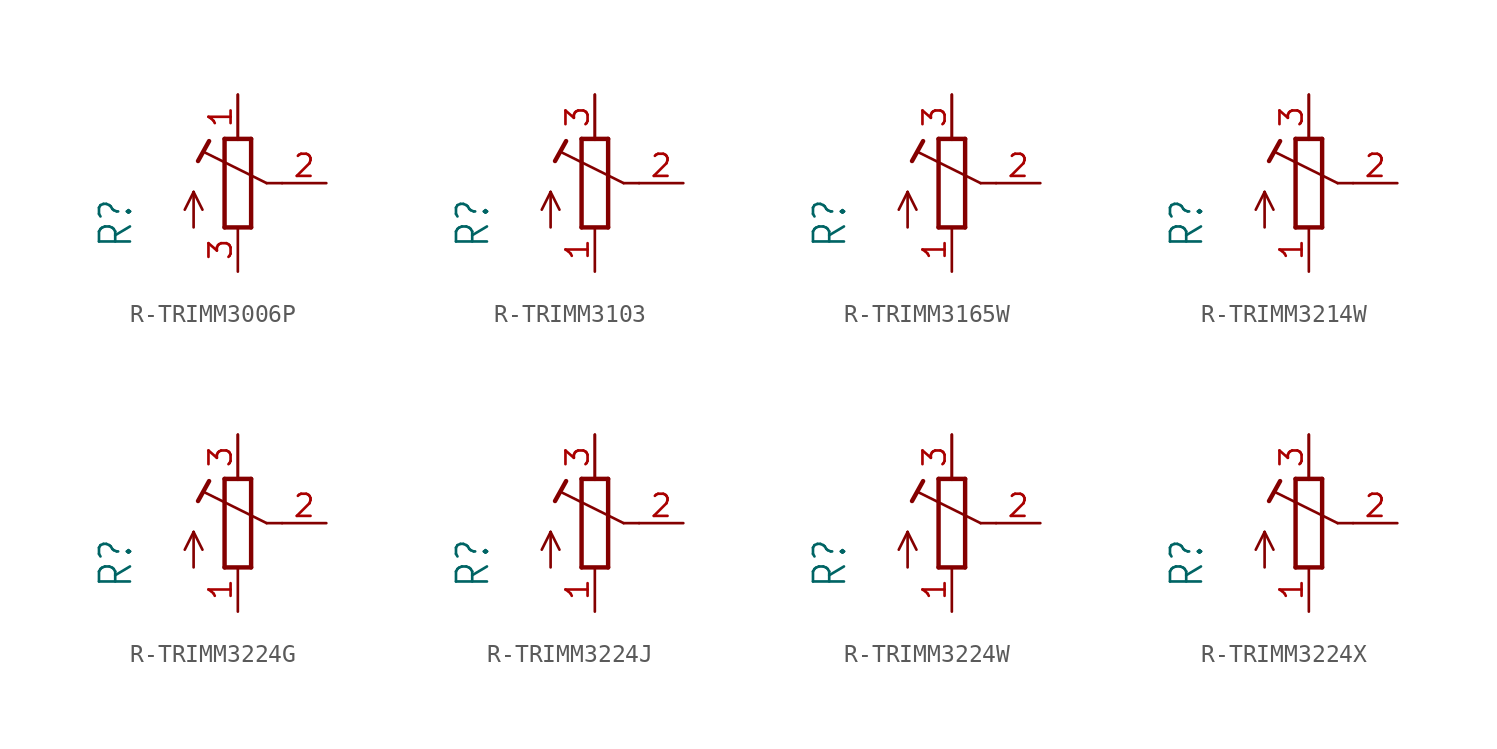
<source format=kicad_sym>
(kicad_symbol_lib
  (version 20231120)
  (generator "kicad_symbol_editor")
  (generator_version "8.0")
  (symbol "R-TRIMM3006P"
    (property "Reference" "R"
      (at -5.969 -3.81 90)
      (effects (font (size 1.778 1.511)) (justify left bottom)))
    (property "Value" ""
      (at -3.81 -3.81 90)
      (effects (font (size 1.778 1.511)) (justify left bottom)))
    (property "ki_locked" ""
      (at 0 0 0)
      (effects (font (size 1.27 1.27))))
    (symbol "R-TRIMM3006P_1_0"
      (polyline (pts (xy -2.54 -2.54) (xy -2.54 -0.508)) (stroke (width 0.152) (type solid)) (fill (type none)))
      (polyline (pts (xy -2.54 -0.508) (xy -3.048 -1.524)) (stroke (width 0.152) (type solid)) (fill (type none)))
      (polyline (pts (xy -2.54 -0.508) (xy -2.032 -1.524)) (stroke (width 0.152) (type solid)) (fill (type none)))
      (polyline (pts (xy -2.286 1.27) (xy -1.651 2.413)) (stroke (width 0.254) (type solid)) (fill (type none)))
      (polyline (pts (xy -0.762 -2.54) (xy 0.762 -2.54)) (stroke (width 0.254) (type solid)) (fill (type none)))
      (polyline (pts (xy -0.762 2.54) (xy -0.762 -2.54)) (stroke (width 0.254) (type solid)) (fill (type none)))
      (polyline (pts (xy 0 2.54) (xy -0.762 2.54)) (stroke (width 0.254) (type solid)) (fill (type none)))
      (polyline (pts (xy 0 2.54) (xy 0 5.08)) (stroke (width 0.152) (type solid)) (fill (type none)))
      (polyline (pts (xy 0.762 -2.54) (xy 0.762 2.54)) (stroke (width 0.254) (type solid)) (fill (type none)))
      (polyline (pts (xy 0.762 2.54) (xy 0 2.54)) (stroke (width 0.254) (type solid)) (fill (type none)))
      (polyline (pts (xy 1.651 0) (xy -1.88 1.753)) (stroke (width 0.152) (type solid)) (fill (type none)))
      (polyline (pts (xy 2.54 0) (xy 1.651 0)) (stroke (width 0.152) (type solid)) (fill (type none)))
      (pin passive line (at 0 5.08 270) (length 2.54) (name "E" (effects (font (size 0 0)))) (number "1" (effects (font (size 1.27 1.27)))))
      (pin passive line (at 5.08 0 180) (length 2.54) (name "S" (effects (font (size 0 0)))) (number "2" (effects (font (size 1.27 1.27)))))
      (pin passive line (at 0 -5.08 90) (length 2.54) (name "A" (effects (font (size 0 0)))) (number "3" (effects (font (size 1.27 1.27)))))))
  (symbol "R-TRIMM3103"
    (property "Reference" "R"
      (at -5.969 -3.81 90)
      (effects (font (size 1.778 1.511)) (justify left bottom)))
    (property "Value" ""
      (at -3.81 -3.81 90)
      (effects (font (size 1.778 1.511)) (justify left bottom)))
    (property "ki_locked" ""
      (at 0 0 0)
      (effects (font (size 1.27 1.27))))
    (symbol "R-TRIMM3103_1_0"
      (polyline (pts (xy -2.54 -2.54) (xy -2.54 -0.508)) (stroke (width 0.152) (type solid)) (fill (type none)))
      (polyline (pts (xy -2.54 -0.508) (xy -3.048 -1.524)) (stroke (width 0.152) (type solid)) (fill (type none)))
      (polyline (pts (xy -2.54 -0.508) (xy -2.032 -1.524)) (stroke (width 0.152) (type solid)) (fill (type none)))
      (polyline (pts (xy -2.286 1.27) (xy -1.651 2.413)) (stroke (width 0.254) (type solid)) (fill (type none)))
      (polyline (pts (xy -0.762 -2.54) (xy 0.762 -2.54)) (stroke (width 0.254) (type solid)) (fill (type none)))
      (polyline (pts (xy -0.762 2.54) (xy -0.762 -2.54)) (stroke (width 0.254) (type solid)) (fill (type none)))
      (polyline (pts (xy 0 2.54) (xy -0.762 2.54)) (stroke (width 0.254) (type solid)) (fill (type none)))
      (polyline (pts (xy 0 2.54) (xy 0 5.08)) (stroke (width 0.152) (type solid)) (fill (type none)))
      (polyline (pts (xy 0.762 -2.54) (xy 0.762 2.54)) (stroke (width 0.254) (type solid)) (fill (type none)))
      (polyline (pts (xy 0.762 2.54) (xy 0 2.54)) (stroke (width 0.254) (type solid)) (fill (type none)))
      (polyline (pts (xy 1.651 0) (xy -1.88 1.753)) (stroke (width 0.152) (type solid)) (fill (type none)))
      (polyline (pts (xy 2.54 0) (xy 1.651 0)) (stroke (width 0.152) (type solid)) (fill (type none)))
      (pin passive line (at 0 -5.08 90) (length 2.54) (name "A" (effects (font (size 0 0)))) (number "1" (effects (font (size 1.27 1.27)))))
      (pin passive line (at 5.08 0 180) (length 2.54) (name "S" (effects (font (size 0 0)))) (number "2" (effects (font (size 1.27 1.27)))))
      (pin passive line (at 0 5.08 270) (length 2.54) (name "E" (effects (font (size 0 0)))) (number "3" (effects (font (size 1.27 1.27)))))))
  (symbol "R-TRIMM3165W"
    (property "Reference" "R"
      (at -5.969 -3.81 90)
      (effects (font (size 1.778 1.511)) (justify left bottom)))
    (property "Value" ""
      (at -3.81 -3.81 90)
      (effects (font (size 1.778 1.511)) (justify left bottom)))
    (property "ki_locked" ""
      (at 0 0 0)
      (effects (font (size 1.27 1.27))))
    (symbol "R-TRIMM3165W_1_0"
      (polyline (pts (xy -2.54 -2.54) (xy -2.54 -0.508)) (stroke (width 0.152) (type solid)) (fill (type none)))
      (polyline (pts (xy -2.54 -0.508) (xy -3.048 -1.524)) (stroke (width 0.152) (type solid)) (fill (type none)))
      (polyline (pts (xy -2.54 -0.508) (xy -2.032 -1.524)) (stroke (width 0.152) (type solid)) (fill (type none)))
      (polyline (pts (xy -2.286 1.27) (xy -1.651 2.413)) (stroke (width 0.254) (type solid)) (fill (type none)))
      (polyline (pts (xy -0.762 -2.54) (xy 0.762 -2.54)) (stroke (width 0.254) (type solid)) (fill (type none)))
      (polyline (pts (xy -0.762 2.54) (xy -0.762 -2.54)) (stroke (width 0.254) (type solid)) (fill (type none)))
      (polyline (pts (xy 0 2.54) (xy -0.762 2.54)) (stroke (width 0.254) (type solid)) (fill (type none)))
      (polyline (pts (xy 0 2.54) (xy 0 5.08)) (stroke (width 0.152) (type solid)) (fill (type none)))
      (polyline (pts (xy 0.762 -2.54) (xy 0.762 2.54)) (stroke (width 0.254) (type solid)) (fill (type none)))
      (polyline (pts (xy 0.762 2.54) (xy 0 2.54)) (stroke (width 0.254) (type solid)) (fill (type none)))
      (polyline (pts (xy 1.651 0) (xy -1.88 1.753)) (stroke (width 0.152) (type solid)) (fill (type none)))
      (polyline (pts (xy 2.54 0) (xy 1.651 0)) (stroke (width 0.152) (type solid)) (fill (type none)))
      (pin passive line (at 0 -5.08 90) (length 2.54) (name "A" (effects (font (size 0 0)))) (number "1" (effects (font (size 1.27 1.27)))))
      (pin passive line (at 5.08 0 180) (length 2.54) (name "S" (effects (font (size 0 0)))) (number "2" (effects (font (size 1.27 1.27)))))
      (pin passive line (at 0 5.08 270) (length 2.54) (name "E" (effects (font (size 0 0)))) (number "3" (effects (font (size 1.27 1.27)))))))
  (symbol "R-TRIMM3214W"
    (property "Reference" "R"
      (at -5.969 -3.81 90)
      (effects (font (size 1.778 1.511)) (justify left bottom)))
    (property "Value" ""
      (at -3.81 -3.81 90)
      (effects (font (size 1.778 1.511)) (justify left bottom)))
    (property "ki_locked" ""
      (at 0 0 0)
      (effects (font (size 1.27 1.27))))
    (symbol "R-TRIMM3214W_1_0"
      (polyline (pts (xy -2.54 -2.54) (xy -2.54 -0.508)) (stroke (width 0.152) (type solid)) (fill (type none)))
      (polyline (pts (xy -2.54 -0.508) (xy -3.048 -1.524)) (stroke (width 0.152) (type solid)) (fill (type none)))
      (polyline (pts (xy -2.54 -0.508) (xy -2.032 -1.524)) (stroke (width 0.152) (type solid)) (fill (type none)))
      (polyline (pts (xy -2.286 1.27) (xy -1.651 2.413)) (stroke (width 0.254) (type solid)) (fill (type none)))
      (polyline (pts (xy -0.762 -2.54) (xy 0.762 -2.54)) (stroke (width 0.254) (type solid)) (fill (type none)))
      (polyline (pts (xy -0.762 2.54) (xy -0.762 -2.54)) (stroke (width 0.254) (type solid)) (fill (type none)))
      (polyline (pts (xy 0 2.54) (xy -0.762 2.54)) (stroke (width 0.254) (type solid)) (fill (type none)))
      (polyline (pts (xy 0 2.54) (xy 0 5.08)) (stroke (width 0.152) (type solid)) (fill (type none)))
      (polyline (pts (xy 0.762 -2.54) (xy 0.762 2.54)) (stroke (width 0.254) (type solid)) (fill (type none)))
      (polyline (pts (xy 0.762 2.54) (xy 0 2.54)) (stroke (width 0.254) (type solid)) (fill (type none)))
      (polyline (pts (xy 1.651 0) (xy -1.88 1.753)) (stroke (width 0.152) (type solid)) (fill (type none)))
      (polyline (pts (xy 2.54 0) (xy 1.651 0)) (stroke (width 0.152) (type solid)) (fill (type none)))
      (pin passive line (at 0 -5.08 90) (length 2.54) (name "A" (effects (font (size 0 0)))) (number "1" (effects (font (size 1.27 1.27)))))
      (pin passive line (at 5.08 0 180) (length 2.54) (name "S" (effects (font (size 0 0)))) (number "2" (effects (font (size 1.27 1.27)))))
      (pin passive line (at 0 5.08 270) (length 2.54) (name "E" (effects (font (size 0 0)))) (number "3" (effects (font (size 1.27 1.27)))))))
  (symbol "R-TRIMM3224G"
    (property "Reference" "R"
      (at -5.969 -3.81 90)
      (effects (font (size 1.778 1.511)) (justify left bottom)))
    (property "Value" ""
      (at -3.81 -3.81 90)
      (effects (font (size 1.778 1.511)) (justify left bottom)))
    (property "ki_locked" ""
      (at 0 0 0)
      (effects (font (size 1.27 1.27))))
    (symbol "R-TRIMM3224G_1_0"
      (polyline (pts (xy -2.54 -2.54) (xy -2.54 -0.508)) (stroke (width 0.152) (type solid)) (fill (type none)))
      (polyline (pts (xy -2.54 -0.508) (xy -3.048 -1.524)) (stroke (width 0.152) (type solid)) (fill (type none)))
      (polyline (pts (xy -2.54 -0.508) (xy -2.032 -1.524)) (stroke (width 0.152) (type solid)) (fill (type none)))
      (polyline (pts (xy -2.286 1.27) (xy -1.651 2.413)) (stroke (width 0.254) (type solid)) (fill (type none)))
      (polyline (pts (xy -0.762 -2.54) (xy 0.762 -2.54)) (stroke (width 0.254) (type solid)) (fill (type none)))
      (polyline (pts (xy -0.762 2.54) (xy -0.762 -2.54)) (stroke (width 0.254) (type solid)) (fill (type none)))
      (polyline (pts (xy 0 2.54) (xy -0.762 2.54)) (stroke (width 0.254) (type solid)) (fill (type none)))
      (polyline (pts (xy 0 2.54) (xy 0 5.08)) (stroke (width 0.152) (type solid)) (fill (type none)))
      (polyline (pts (xy 0.762 -2.54) (xy 0.762 2.54)) (stroke (width 0.254) (type solid)) (fill (type none)))
      (polyline (pts (xy 0.762 2.54) (xy 0 2.54)) (stroke (width 0.254) (type solid)) (fill (type none)))
      (polyline (pts (xy 1.651 0) (xy -1.88 1.753)) (stroke (width 0.152) (type solid)) (fill (type none)))
      (polyline (pts (xy 2.54 0) (xy 1.651 0)) (stroke (width 0.152) (type solid)) (fill (type none)))
      (pin passive line (at 0 -5.08 90) (length 2.54) (name "A" (effects (font (size 0 0)))) (number "1" (effects (font (size 1.27 1.27)))))
      (pin passive line (at 5.08 0 180) (length 2.54) (name "S" (effects (font (size 0 0)))) (number "2" (effects (font (size 1.27 1.27)))))
      (pin passive line (at 0 5.08 270) (length 2.54) (name "E" (effects (font (size 0 0)))) (number "3" (effects (font (size 1.27 1.27)))))))
  (symbol "R-TRIMM3224J"
    (property "Reference" "R"
      (at -5.969 -3.81 90)
      (effects (font (size 1.778 1.511)) (justify left bottom)))
    (property "Value" ""
      (at -3.81 -3.81 90)
      (effects (font (size 1.778 1.511)) (justify left bottom)))
    (property "ki_locked" ""
      (at 0 0 0)
      (effects (font (size 1.27 1.27))))
    (symbol "R-TRIMM3224J_1_0"
      (polyline (pts (xy -2.54 -2.54) (xy -2.54 -0.508)) (stroke (width 0.152) (type solid)) (fill (type none)))
      (polyline (pts (xy -2.54 -0.508) (xy -3.048 -1.524)) (stroke (width 0.152) (type solid)) (fill (type none)))
      (polyline (pts (xy -2.54 -0.508) (xy -2.032 -1.524)) (stroke (width 0.152) (type solid)) (fill (type none)))
      (polyline (pts (xy -2.286 1.27) (xy -1.651 2.413)) (stroke (width 0.254) (type solid)) (fill (type none)))
      (polyline (pts (xy -0.762 -2.54) (xy 0.762 -2.54)) (stroke (width 0.254) (type solid)) (fill (type none)))
      (polyline (pts (xy -0.762 2.54) (xy -0.762 -2.54)) (stroke (width 0.254) (type solid)) (fill (type none)))
      (polyline (pts (xy 0 2.54) (xy -0.762 2.54)) (stroke (width 0.254) (type solid)) (fill (type none)))
      (polyline (pts (xy 0 2.54) (xy 0 5.08)) (stroke (width 0.152) (type solid)) (fill (type none)))
      (polyline (pts (xy 0.762 -2.54) (xy 0.762 2.54)) (stroke (width 0.254) (type solid)) (fill (type none)))
      (polyline (pts (xy 0.762 2.54) (xy 0 2.54)) (stroke (width 0.254) (type solid)) (fill (type none)))
      (polyline (pts (xy 1.651 0) (xy -1.88 1.753)) (stroke (width 0.152) (type solid)) (fill (type none)))
      (polyline (pts (xy 2.54 0) (xy 1.651 0)) (stroke (width 0.152) (type solid)) (fill (type none)))
      (pin passive line (at 0 -5.08 90) (length 2.54) (name "A" (effects (font (size 0 0)))) (number "1" (effects (font (size 1.27 1.27)))))
      (pin passive line (at 5.08 0 180) (length 2.54) (name "S" (effects (font (size 0 0)))) (number "2" (effects (font (size 1.27 1.27)))))
      (pin passive line (at 0 5.08 270) (length 2.54) (name "E" (effects (font (size 0 0)))) (number "3" (effects (font (size 1.27 1.27)))))))
  (symbol "R-TRIMM3224W"
    (property "Reference" "R"
      (at -5.969 -3.81 90)
      (effects (font (size 1.778 1.511)) (justify left bottom)))
    (property "Value" ""
      (at -3.81 -3.81 90)
      (effects (font (size 1.778 1.511)) (justify left bottom)))
    (property "ki_locked" ""
      (at 0 0 0)
      (effects (font (size 1.27 1.27))))
    (symbol "R-TRIMM3224W_1_0"
      (polyline (pts (xy -2.54 -2.54) (xy -2.54 -0.508)) (stroke (width 0.152) (type solid)) (fill (type none)))
      (polyline (pts (xy -2.54 -0.508) (xy -3.048 -1.524)) (stroke (width 0.152) (type solid)) (fill (type none)))
      (polyline (pts (xy -2.54 -0.508) (xy -2.032 -1.524)) (stroke (width 0.152) (type solid)) (fill (type none)))
      (polyline (pts (xy -2.286 1.27) (xy -1.651 2.413)) (stroke (width 0.254) (type solid)) (fill (type none)))
      (polyline (pts (xy -0.762 -2.54) (xy 0.762 -2.54)) (stroke (width 0.254) (type solid)) (fill (type none)))
      (polyline (pts (xy -0.762 2.54) (xy -0.762 -2.54)) (stroke (width 0.254) (type solid)) (fill (type none)))
      (polyline (pts (xy 0 2.54) (xy -0.762 2.54)) (stroke (width 0.254) (type solid)) (fill (type none)))
      (polyline (pts (xy 0 2.54) (xy 0 5.08)) (stroke (width 0.152) (type solid)) (fill (type none)))
      (polyline (pts (xy 0.762 -2.54) (xy 0.762 2.54)) (stroke (width 0.254) (type solid)) (fill (type none)))
      (polyline (pts (xy 0.762 2.54) (xy 0 2.54)) (stroke (width 0.254) (type solid)) (fill (type none)))
      (polyline (pts (xy 1.651 0) (xy -1.88 1.753)) (stroke (width 0.152) (type solid)) (fill (type none)))
      (polyline (pts (xy 2.54 0) (xy 1.651 0)) (stroke (width 0.152) (type solid)) (fill (type none)))
      (pin passive line (at 0 -5.08 90) (length 2.54) (name "A" (effects (font (size 0 0)))) (number "1" (effects (font (size 1.27 1.27)))))
      (pin passive line (at 5.08 0 180) (length 2.54) (name "S" (effects (font (size 0 0)))) (number "2" (effects (font (size 1.27 1.27)))))
      (pin passive line (at 0 5.08 270) (length 2.54) (name "E" (effects (font (size 0 0)))) (number "3" (effects (font (size 1.27 1.27)))))))
  (symbol "R-TRIMM3224X"
    (property "Reference" "R"
      (at -5.969 -3.81 90)
      (effects (font (size 1.778 1.511)) (justify left bottom)))
    (property "Value" ""
      (at -3.81 -3.81 90)
      (effects (font (size 1.778 1.511)) (justify left bottom)))
    (property "ki_locked" ""
      (at 0 0 0)
      (effects (font (size 1.27 1.27))))
    (symbol "R-TRIMM3224X_1_0"
      (polyline (pts (xy -2.54 -2.54) (xy -2.54 -0.508)) (stroke (width 0.152) (type solid)) (fill (type none)))
      (polyline (pts (xy -2.54 -0.508) (xy -3.048 -1.524)) (stroke (width 0.152) (type solid)) (fill (type none)))
      (polyline (pts (xy -2.54 -0.508) (xy -2.032 -1.524)) (stroke (width 0.152) (type solid)) (fill (type none)))
      (polyline (pts (xy -2.286 1.27) (xy -1.651 2.413)) (stroke (width 0.254) (type solid)) (fill (type none)))
      (polyline (pts (xy -0.762 -2.54) (xy 0.762 -2.54)) (stroke (width 0.254) (type solid)) (fill (type none)))
      (polyline (pts (xy -0.762 2.54) (xy -0.762 -2.54)) (stroke (width 0.254) (type solid)) (fill (type none)))
      (polyline (pts (xy 0 2.54) (xy -0.762 2.54)) (stroke (width 0.254) (type solid)) (fill (type none)))
      (polyline (pts (xy 0 2.54) (xy 0 5.08)) (stroke (width 0.152) (type solid)) (fill (type none)))
      (polyline (pts (xy 0.762 -2.54) (xy 0.762 2.54)) (stroke (width 0.254) (type solid)) (fill (type none)))
      (polyline (pts (xy 0.762 2.54) (xy 0 2.54)) (stroke (width 0.254) (type solid)) (fill (type none)))
      (polyline (pts (xy 1.651 0) (xy -1.88 1.753)) (stroke (width 0.152) (type solid)) (fill (type none)))
      (polyline (pts (xy 2.54 0) (xy 1.651 0)) (stroke (width 0.152) (type solid)) (fill (type none)))
      (pin passive line (at 0 -5.08 90) (length 2.54) (name "A" (effects (font (size 0 0)))) (number "1" (effects (font (size 1.27 1.27)))))
      (pin passive line (at 5.08 0 180) (length 2.54) (name "S" (effects (font (size 0 0)))) (number "2" (effects (font (size 1.27 1.27)))))
      (pin passive line (at 0 5.08 270) (length 2.54) (name "E" (effects (font (size 0 0)))) (number "3" (effects (font (size 1.27 1.27))))))))
</source>
